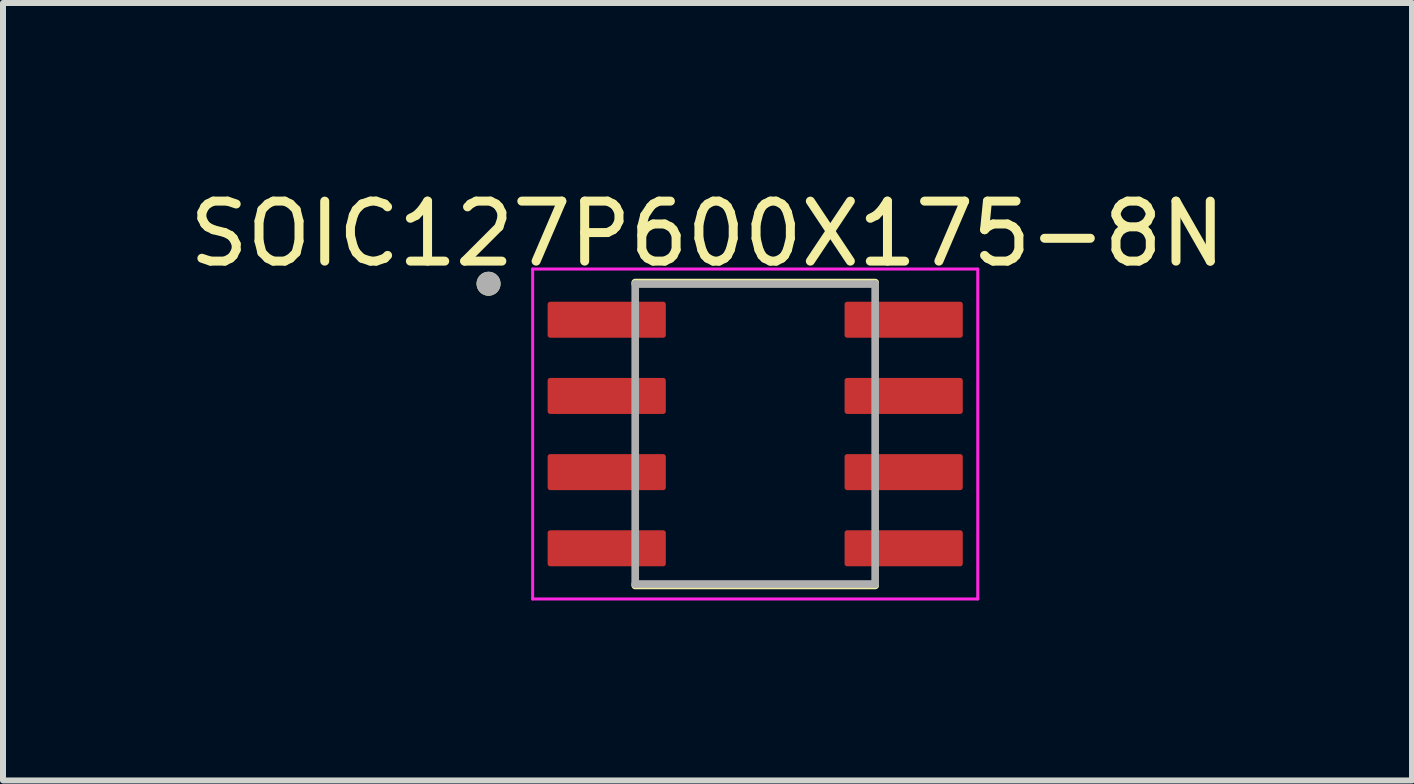
<source format=kicad_pcb>
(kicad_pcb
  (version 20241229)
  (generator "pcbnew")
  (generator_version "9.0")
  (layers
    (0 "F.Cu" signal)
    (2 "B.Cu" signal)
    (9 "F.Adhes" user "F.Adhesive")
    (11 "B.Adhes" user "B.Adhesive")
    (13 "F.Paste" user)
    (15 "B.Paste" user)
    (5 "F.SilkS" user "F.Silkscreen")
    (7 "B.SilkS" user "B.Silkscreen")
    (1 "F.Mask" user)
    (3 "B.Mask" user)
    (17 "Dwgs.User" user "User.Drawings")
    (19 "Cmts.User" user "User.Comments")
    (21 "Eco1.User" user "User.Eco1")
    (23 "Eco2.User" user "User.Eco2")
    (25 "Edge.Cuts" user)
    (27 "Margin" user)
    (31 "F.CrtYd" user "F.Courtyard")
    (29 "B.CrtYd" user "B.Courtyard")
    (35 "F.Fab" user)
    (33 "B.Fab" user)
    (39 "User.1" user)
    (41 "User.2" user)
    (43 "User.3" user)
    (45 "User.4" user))
  (footprint "SOIC127P600X175-8N"
    (layer "F.Cu")
    (at 9.539 4.185)
    (property "Reference" "SOIC127P600X175-8N" (at -0.795 -3.337 0) (layer "F.SilkS") (effects (font (size 1 1) (thickness 0.15))))
    (attr through_hole)
    (fp_line (start -2 -2.525) (end 2 -2.525) (stroke (width 0.127) (type solid)) (layer "F.SilkS"))
    (fp_line (start -2 2.525) (end 2 2.525) (stroke (width 0.127) (type solid)) (layer "F.SilkS"))
    (fp_circle (center -4.445 -2.505) (end -4.345 -2.505) (stroke (width 0.2) (type solid)) (fill no) (layer "F.SilkS"))
    (fp_line (start -3.71 -2.75) (end -3.71 2.75) (stroke (width 0.05) (type solid)) (layer "F.CrtYd"))
    (fp_line (start -3.71 -2.75) (end 3.71 -2.75) (stroke (width 0.05) (type solid)) (layer "F.CrtYd"))
    (fp_line (start -3.71 2.75) (end 3.71 2.75) (stroke (width 0.05) (type solid)) (layer "F.CrtYd"))
    (fp_line (start 3.71 -2.75) (end 3.71 2.75) (stroke (width 0.05) (type solid)) (layer "F.CrtYd"))
    (fp_line (start -2 -2.5) (end -2 2.5) (stroke (width 0.127) (type solid)) (layer "F.Fab"))
    (fp_line (start -2 -2.5) (end 2 -2.5) (stroke (width 0.127) (type solid)) (layer "F.Fab"))
    (fp_line (start -2 2.5) (end 2 2.5) (stroke (width 0.127) (type solid)) (layer "F.Fab"))
    (fp_line (start 2 -2.5) (end 2 2.5) (stroke (width 0.127) (type solid)) (layer "F.Fab"))
    (fp_circle (center -4.445 -2.505) (end -4.345 -2.505) (stroke (width 0.2) (type solid)) (fill no) (layer "F.Fab"))
    (pad "1" smd roundrect (at -2.475 -1.905) (size 1.97 0.6) (layers "F.Cu" "F.Mask" "F.Paste") (roundrect_rratio 0.07))
    (pad "2" smd roundrect (at -2.475 -0.635) (size 1.97 0.6) (layers "F.Cu" "F.Mask" "F.Paste") (roundrect_rratio 0.07))
    (pad "3" smd roundrect (at -2.475 0.635) (size 1.97 0.6) (layers "F.Cu" "F.Mask" "F.Paste") (roundrect_rratio 0.07))
    (pad "4" smd roundrect (at -2.475 1.905) (size 1.97 0.6) (layers "F.Cu" "F.Mask" "F.Paste") (roundrect_rratio 0.07))
    (pad "5" smd roundrect (at 2.475 1.905) (size 1.97 0.6) (layers "F.Cu" "F.Mask" "F.Paste") (roundrect_rratio 0.07))
    (pad "6" smd roundrect (at 2.475 0.635) (size 1.97 0.6) (layers "F.Cu" "F.Mask" "F.Paste") (roundrect_rratio 0.07))
    (pad "7" smd roundrect (at 2.475 -0.635) (size 1.97 0.6) (layers "F.Cu" "F.Mask" "F.Paste") (roundrect_rratio 0.07))
    (pad "8" smd roundrect (at 2.475 -1.905) (size 1.97 0.6) (layers "F.Cu" "F.Mask" "F.Paste") (roundrect_rratio 0.07)))
  (gr_rect
    (start -3 -3)
    (end 20.488 9.96)
    (stroke (width 0.1) (type default))
    (fill no)
    (layer "Edge.Cuts")))
</source>
